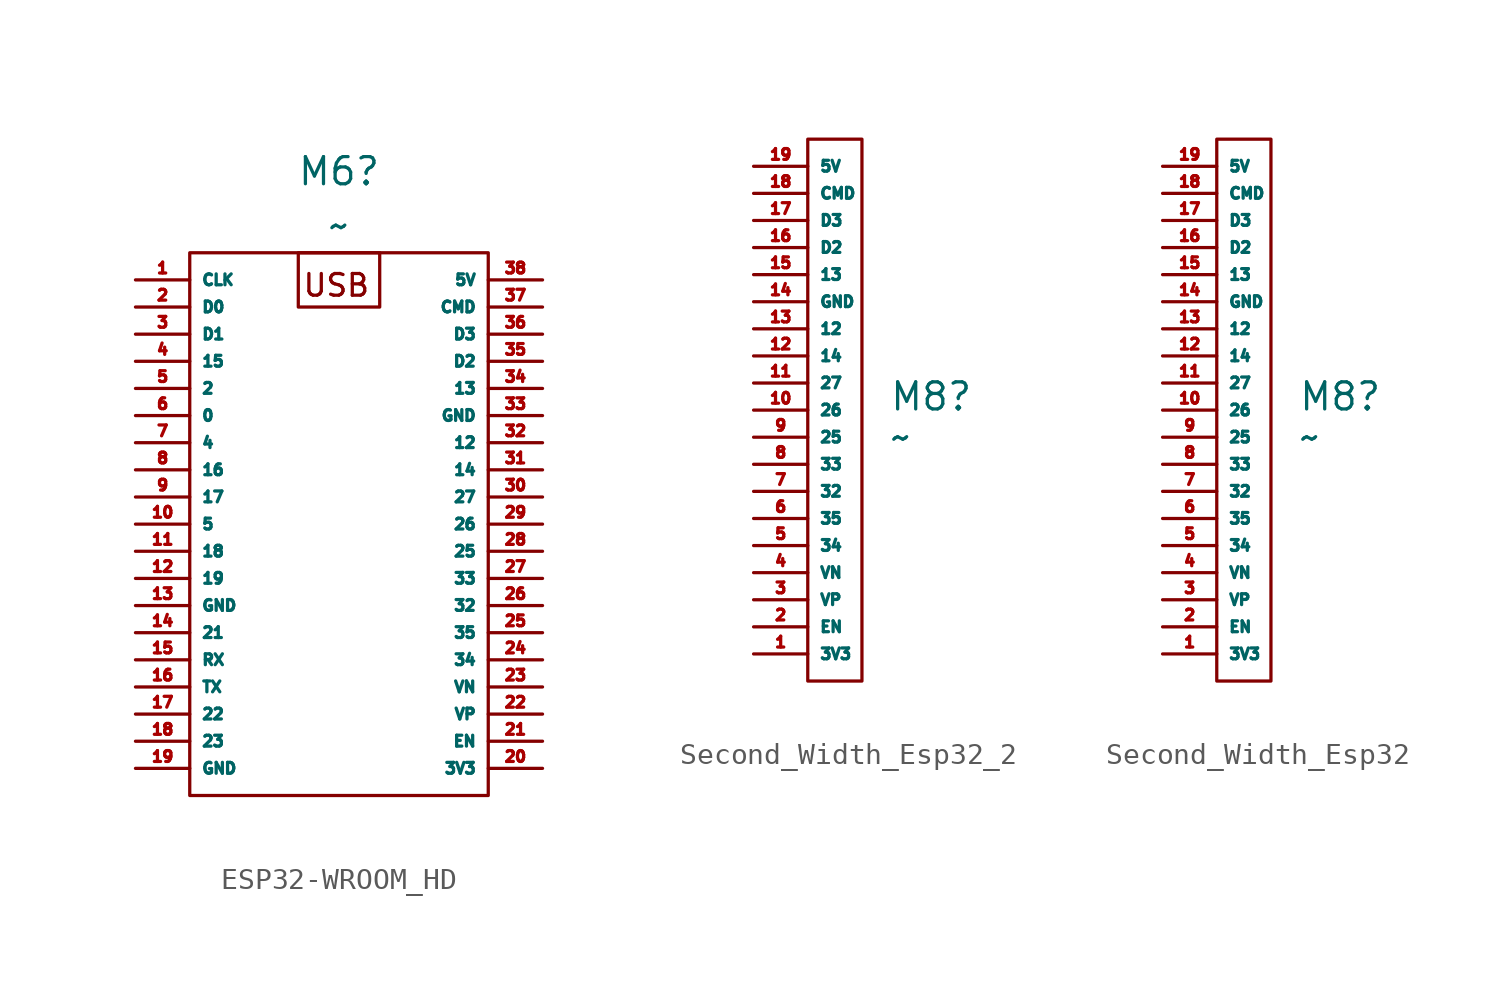
<source format=kicad_sym>
(kicad_symbol_lib
  (version 20231120)
  (generator "kicad_symbol_editor")
  (generator_version "8.0")
  (symbol "ESP32-WROOM_HD"
    (property "Reference" "M6"
      (at -0.635 15.24 0)
      (effects (font (size 1.27 1.27))))
    (property "Value" "~"
      (at -0.635 12.7 0)
      (effects (font (size 1.27 1.27))))
    (symbol "ESP32-WROOM_HD_0_1"
      (rectangle (start -7.62 11.43) (end 6.35 -13.97) (stroke (width 0) (type default)) (fill (type none)))
      (rectangle (start -2.54 11.43) (end 1.27 8.89) (stroke (width 0) (type default)) (fill (type none))))
    (symbol "ESP32-WROOM_HD_1_1"
      (text "USB" (at -0.762 9.906 0) (effects (font (size 1.016 1.016))))
      (pin input line (at -10.16 10.16 0) (length 2.54) (name "CLK" (effects (font (size 0.508 0.508)))) (number "1" (effects (font (size 0.508 0.508)))))
      (pin input line (at -10.16 -1.27 0) (length 2.54) (name "5" (effects (font (size 0.508 0.508)))) (number "10" (effects (font (size 0.508 0.508)))))
      (pin input line (at -10.16 -2.54 0) (length 2.54) (name "18" (effects (font (size 0.508 0.508)))) (number "11" (effects (font (size 0.508 0.508)))))
      (pin input line (at -10.16 -3.81 0) (length 2.54) (name "19" (effects (font (size 0.508 0.508)))) (number "12" (effects (font (size 0.508 0.508)))))
      (pin input line (at -10.16 -5.08 0) (length 2.54) (name "GND" (effects (font (size 0.508 0.508)))) (number "13" (effects (font (size 0.508 0.508)))))
      (pin input line (at -10.16 -6.35 0) (length 2.54) (name "21" (effects (font (size 0.508 0.508)))) (number "14" (effects (font (size 0.508 0.508)))))
      (pin input line (at -10.16 -7.62 0) (length 2.54) (name "RX" (effects (font (size 0.508 0.508)))) (number "15" (effects (font (size 0.508 0.508)))))
      (pin input line (at -10.16 -8.89 0) (length 2.54) (name "TX" (effects (font (size 0.508 0.508)))) (number "16" (effects (font (size 0.508 0.508)))))
      (pin input line (at -10.16 -10.16 0) (length 2.54) (name "22" (effects (font (size 0.508 0.508)))) (number "17" (effects (font (size 0.508 0.508)))))
      (pin input line (at -10.16 -11.43 0) (length 2.54) (name "23" (effects (font (size 0.508 0.508)))) (number "18" (effects (font (size 0.508 0.508)))))
      (pin input line (at -10.16 -12.7 0) (length 2.54) (name "GND" (effects (font (size 0.508 0.508)))) (number "19" (effects (font (size 0.508 0.508)))))
      (pin input line (at -10.16 8.89 0) (length 2.54) (name "D0" (effects (font (size 0.508 0.508)))) (number "2" (effects (font (size 0.508 0.508)))))
      (pin input line (at 8.89 -12.7 180) (length 2.54) (name "3V3" (effects (font (size 0.508 0.508)))) (number "20" (effects (font (size 0.508 0.508)))))
      (pin input line (at 8.89 -11.43 180) (length 2.54) (name "EN" (effects (font (size 0.508 0.508)))) (number "21" (effects (font (size 0.508 0.508)))))
      (pin input line (at 8.89 -10.16 180) (length 2.54) (name "VP" (effects (font (size 0.508 0.508)))) (number "22" (effects (font (size 0.508 0.508)))))
      (pin input line (at 8.89 -8.89 180) (length 2.54) (name "VN" (effects (font (size 0.508 0.508)))) (number "23" (effects (font (size 0.508 0.508)))))
      (pin input line (at 8.89 -7.62 180) (length 2.54) (name "34" (effects (font (size 0.508 0.508)))) (number "24" (effects (font (size 0.508 0.508)))))
      (pin input line (at 8.89 -6.35 180) (length 2.54) (name "35" (effects (font (size 0.508 0.508)))) (number "25" (effects (font (size 0.508 0.508)))))
      (pin input line (at 8.89 -5.08 180) (length 2.54) (name "32" (effects (font (size 0.508 0.508)))) (number "26" (effects (font (size 0.508 0.508)))))
      (pin input line (at 8.89 -3.81 180) (length 2.54) (name "33" (effects (font (size 0.508 0.508)))) (number "27" (effects (font (size 0.508 0.508)))))
      (pin input line (at 8.89 -2.54 180) (length 2.54) (name "25" (effects (font (size 0.508 0.508)))) (number "28" (effects (font (size 0.508 0.508)))))
      (pin input line (at 8.89 -1.27 180) (length 2.54) (name "26" (effects (font (size 0.508 0.508)))) (number "29" (effects (font (size 0.508 0.508)))))
      (pin input line (at -10.16 7.62 0) (length 2.54) (name "D1" (effects (font (size 0.508 0.508)))) (number "3" (effects (font (size 0.508 0.508)))))
      (pin input line (at 8.89 0 180) (length 2.54) (name "27" (effects (font (size 0.508 0.508)))) (number "30" (effects (font (size 0.508 0.508)))))
      (pin input line (at 8.89 1.27 180) (length 2.54) (name "14" (effects (font (size 0.508 0.508)))) (number "31" (effects (font (size 0.508 0.508)))))
      (pin input line (at 8.89 2.54 180) (length 2.54) (name "12" (effects (font (size 0.508 0.508)))) (number "32" (effects (font (size 0.508 0.508)))))
      (pin input line (at 8.89 3.81 180) (length 2.54) (name "GND" (effects (font (size 0.508 0.508)))) (number "33" (effects (font (size 0.508 0.508)))))
      (pin input line (at 8.89 5.08 180) (length 2.54) (name "13" (effects (font (size 0.508 0.508)))) (number "34" (effects (font (size 0.508 0.508)))))
      (pin input line (at 8.89 6.35 180) (length 2.54) (name "D2" (effects (font (size 0.508 0.508)))) (number "35" (effects (font (size 0.508 0.508)))))
      (pin input line (at 8.89 7.62 180) (length 2.54) (name "D3" (effects (font (size 0.508 0.508)))) (number "36" (effects (font (size 0.508 0.508)))))
      (pin input line (at 8.89 8.89 180) (length 2.54) (name "CMD" (effects (font (size 0.508 0.508)))) (number "37" (effects (font (size 0.508 0.508)))))
      (pin input line (at 8.89 10.16 180) (length 2.54) (name "5V" (effects (font (size 0.508 0.508)))) (number "38" (effects (font (size 0.508 0.508)))))
      (pin input line (at -10.16 6.35 0) (length 2.54) (name "15" (effects (font (size 0.508 0.508)))) (number "4" (effects (font (size 0.508 0.508)))))
      (pin input line (at -10.16 5.08 0) (length 2.54) (name "2" (effects (font (size 0.508 0.508)))) (number "5" (effects (font (size 0.508 0.508)))))
      (pin input line (at -10.16 3.81 0) (length 2.54) (name "0" (effects (font (size 0.508 0.508)))) (number "6" (effects (font (size 0.508 0.508)))))
      (pin input line (at -10.16 2.54 0) (length 2.54) (name "4" (effects (font (size 0.508 0.508)))) (number "7" (effects (font (size 0.508 0.508)))))
      (pin input line (at -10.16 1.27 0) (length 2.54) (name "16" (effects (font (size 0.508 0.508)))) (number "8" (effects (font (size 0.508 0.508)))))
      (pin input line (at -10.16 0 0) (length 2.54) (name "17" (effects (font (size 0.508 0.508)))) (number "9" (effects (font (size 0.508 0.508)))))))
  (symbol "Second_Width_Esp32_2"
    (property "Reference" "M8"
      (at 5.08 10.795 0)
      (effects (font (size 1.27 1.27)) (justify left)))
    (property "Value" "~"
      (at 5.08 8.89 0)
      (effects (font (size 1.27 1.27)) (justify left)))
    (symbol "Second_Width_Esp32_2_0_1"
      (rectangle (start 1.27 22.86) (end 3.81 -2.54) (stroke (width 0) (type default)) (fill (type none))))
    (symbol "Second_Width_Esp32_2_1_1"
      (pin input line (at -1.27 -1.27 0) (length 2.54) (name "3V3" (effects (font (size 0.508 0.508)))) (number "1" (effects (font (size 0.508 0.508)))))
      (pin input line (at -1.27 10.16 0) (length 2.54) (name "26" (effects (font (size 0.508 0.508)))) (number "10" (effects (font (size 0.508 0.508)))))
      (pin input line (at -1.27 11.43 0) (length 2.54) (name "27" (effects (font (size 0.508 0.508)))) (number "11" (effects (font (size 0.508 0.508)))))
      (pin input line (at -1.27 12.7 0) (length 2.54) (name "14" (effects (font (size 0.508 0.508)))) (number "12" (effects (font (size 0.508 0.508)))))
      (pin input line (at -1.27 13.97 0) (length 2.54) (name "12" (effects (font (size 0.508 0.508)))) (number "13" (effects (font (size 0.508 0.508)))))
      (pin input line (at -1.27 15.24 0) (length 2.54) (name "GND" (effects (font (size 0.508 0.508)))) (number "14" (effects (font (size 0.508 0.508)))))
      (pin input line (at -1.27 16.51 0) (length 2.54) (name "13" (effects (font (size 0.508 0.508)))) (number "15" (effects (font (size 0.508 0.508)))))
      (pin input line (at -1.27 17.78 0) (length 2.54) (name "D2" (effects (font (size 0.508 0.508)))) (number "16" (effects (font (size 0.508 0.508)))))
      (pin input line (at -1.27 19.05 0) (length 2.54) (name "D3" (effects (font (size 0.508 0.508)))) (number "17" (effects (font (size 0.508 0.508)))))
      (pin input line (at -1.27 20.32 0) (length 2.54) (name "CMD" (effects (font (size 0.508 0.508)))) (number "18" (effects (font (size 0.508 0.508)))))
      (pin input line (at -1.27 21.59 0) (length 2.54) (name "5V" (effects (font (size 0.508 0.508)))) (number "19" (effects (font (size 0.508 0.508)))))
      (pin input line (at -1.27 0 0) (length 2.54) (name "EN" (effects (font (size 0.508 0.508)))) (number "2" (effects (font (size 0.508 0.508)))))
      (pin input line (at -1.27 1.27 0) (length 2.54) (name "VP" (effects (font (size 0.508 0.508)))) (number "3" (effects (font (size 0.508 0.508)))))
      (pin input line (at -1.27 2.54 0) (length 2.54) (name "VN" (effects (font (size 0.508 0.508)))) (number "4" (effects (font (size 0.508 0.508)))))
      (pin input line (at -1.27 3.81 0) (length 2.54) (name "34" (effects (font (size 0.508 0.508)))) (number "5" (effects (font (size 0.508 0.508)))))
      (pin input line (at -1.27 5.08 0) (length 2.54) (name "35" (effects (font (size 0.508 0.508)))) (number "6" (effects (font (size 0.508 0.508)))))
      (pin input line (at -1.27 6.35 0) (length 2.54) (name "32" (effects (font (size 0.508 0.508)))) (number "7" (effects (font (size 0.508 0.508)))))
      (pin input line (at -1.27 7.62 0) (length 2.54) (name "33" (effects (font (size 0.508 0.508)))) (number "8" (effects (font (size 0.508 0.508)))))
      (pin input line (at -1.27 8.89 0) (length 2.54) (name "25" (effects (font (size 0.508 0.508)))) (number "9" (effects (font (size 0.508 0.508)))))))
  (symbol "Second_Width_Esp32"
    (property "Reference" "M8"
      (at 5.08 10.795 0)
      (effects (font (size 1.27 1.27)) (justify left)))
    (property "Value" "~"
      (at 5.08 8.89 0)
      (effects (font (size 1.27 1.27)) (justify left)))
    (symbol "Second_Width_Esp32_0_1"
      (rectangle (start 1.27 22.86) (end 3.81 -2.54) (stroke (width 0) (type default)) (fill (type none))))
    (symbol "Second_Width_Esp32_1_1"
      (pin input line (at -1.27 -1.27 0) (length 2.54) (name "3V3" (effects (font (size 0.508 0.508)))) (number "1" (effects (font (size 0.508 0.508)))))
      (pin input line (at -1.27 10.16 0) (length 2.54) (name "26" (effects (font (size 0.508 0.508)))) (number "10" (effects (font (size 0.508 0.508)))))
      (pin input line (at -1.27 11.43 0) (length 2.54) (name "27" (effects (font (size 0.508 0.508)))) (number "11" (effects (font (size 0.508 0.508)))))
      (pin input line (at -1.27 12.7 0) (length 2.54) (name "14" (effects (font (size 0.508 0.508)))) (number "12" (effects (font (size 0.508 0.508)))))
      (pin input line (at -1.27 13.97 0) (length 2.54) (name "12" (effects (font (size 0.508 0.508)))) (number "13" (effects (font (size 0.508 0.508)))))
      (pin input line (at -1.27 15.24 0) (length 2.54) (name "GND" (effects (font (size 0.508 0.508)))) (number "14" (effects (font (size 0.508 0.508)))))
      (pin input line (at -1.27 16.51 0) (length 2.54) (name "13" (effects (font (size 0.508 0.508)))) (number "15" (effects (font (size 0.508 0.508)))))
      (pin input line (at -1.27 17.78 0) (length 2.54) (name "D2" (effects (font (size 0.508 0.508)))) (number "16" (effects (font (size 0.508 0.508)))))
      (pin input line (at -1.27 19.05 0) (length 2.54) (name "D3" (effects (font (size 0.508 0.508)))) (number "17" (effects (font (size 0.508 0.508)))))
      (pin input line (at -1.27 20.32 0) (length 2.54) (name "CMD" (effects (font (size 0.508 0.508)))) (number "18" (effects (font (size 0.508 0.508)))))
      (pin input line (at -1.27 21.59 0) (length 2.54) (name "5V" (effects (font (size 0.508 0.508)))) (number "19" (effects (font (size 0.508 0.508)))))
      (pin input line (at -1.27 0 0) (length 2.54) (name "EN" (effects (font (size 0.508 0.508)))) (number "2" (effects (font (size 0.508 0.508)))))
      (pin input line (at -1.27 1.27 0) (length 2.54) (name "VP" (effects (font (size 0.508 0.508)))) (number "3" (effects (font (size 0.508 0.508)))))
      (pin input line (at -1.27 2.54 0) (length 2.54) (name "VN" (effects (font (size 0.508 0.508)))) (number "4" (effects (font (size 0.508 0.508)))))
      (pin input line (at -1.27 3.81 0) (length 2.54) (name "34" (effects (font (size 0.508 0.508)))) (number "5" (effects (font (size 0.508 0.508)))))
      (pin input line (at -1.27 5.08 0) (length 2.54) (name "35" (effects (font (size 0.508 0.508)))) (number "6" (effects (font (size 0.508 0.508)))))
      (pin input line (at -1.27 6.35 0) (length 2.54) (name "32" (effects (font (size 0.508 0.508)))) (number "7" (effects (font (size 0.508 0.508)))))
      (pin input line (at -1.27 7.62 0) (length 2.54) (name "33" (effects (font (size 0.508 0.508)))) (number "8" (effects (font (size 0.508 0.508)))))
      (pin input line (at -1.27 8.89 0) (length 2.54) (name "25" (effects (font (size 0.508 0.508)))) (number "9" (effects (font (size 0.508 0.508))))))))
</source>
